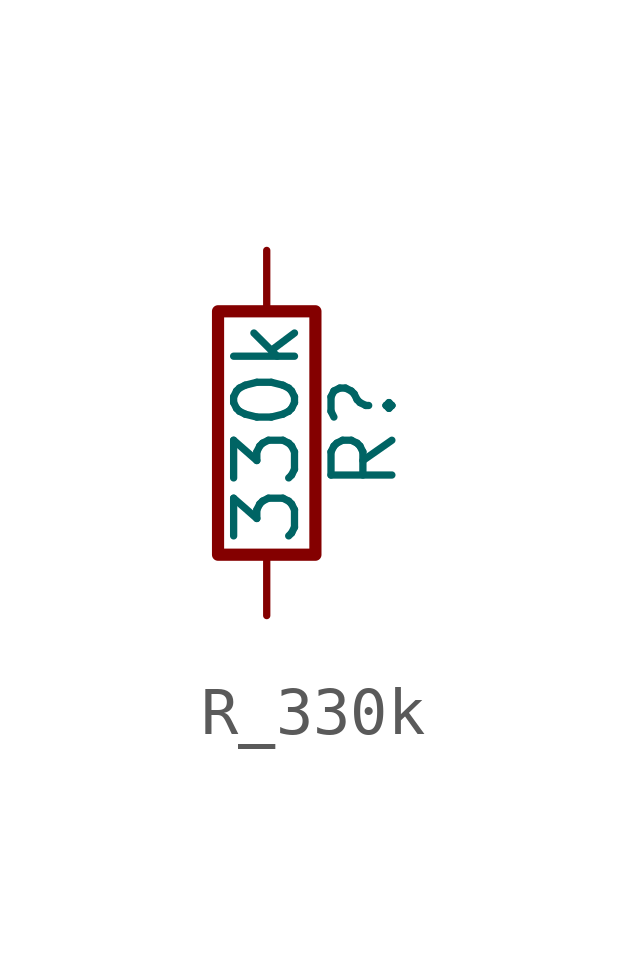
<source format=kicad_sym>
(kicad_symbol_lib
  (version 20241209)
  (generator "kicad_symbol_editor")
  (generator_version "9.0")
  (symbol "R_330k"
    (pin_numbers
      (hide yes))
    (pin_names
      (offset 0))
    (property "Reference" "R"
      (at 2.032 0 90)
      (effects (font (size 1.27 1.27))))
    (property "Value" "330k"
      (at 0 0 90)
      (effects (font (size 1.27 1.27))))
    (symbol "R_330k_0_1"
      (rectangle (start -1.016 -2.54) (end 1.016 2.54) (stroke (width 0.254) (type default)) (fill (type none))))
    (symbol "R_330k_1_1"
      (pin passive line (at 0 3.81 270) (length 1.27) (name "~" (effects (font (size 1.27 1.27)))) (number "1" (effects (font (size 1.27 1.27)))))
      (pin passive line (at 0 -3.81 90) (length 1.27) (name "~" (effects (font (size 1.27 1.27)))) (number "2" (effects (font (size 1.27 1.27))))))))
</source>
